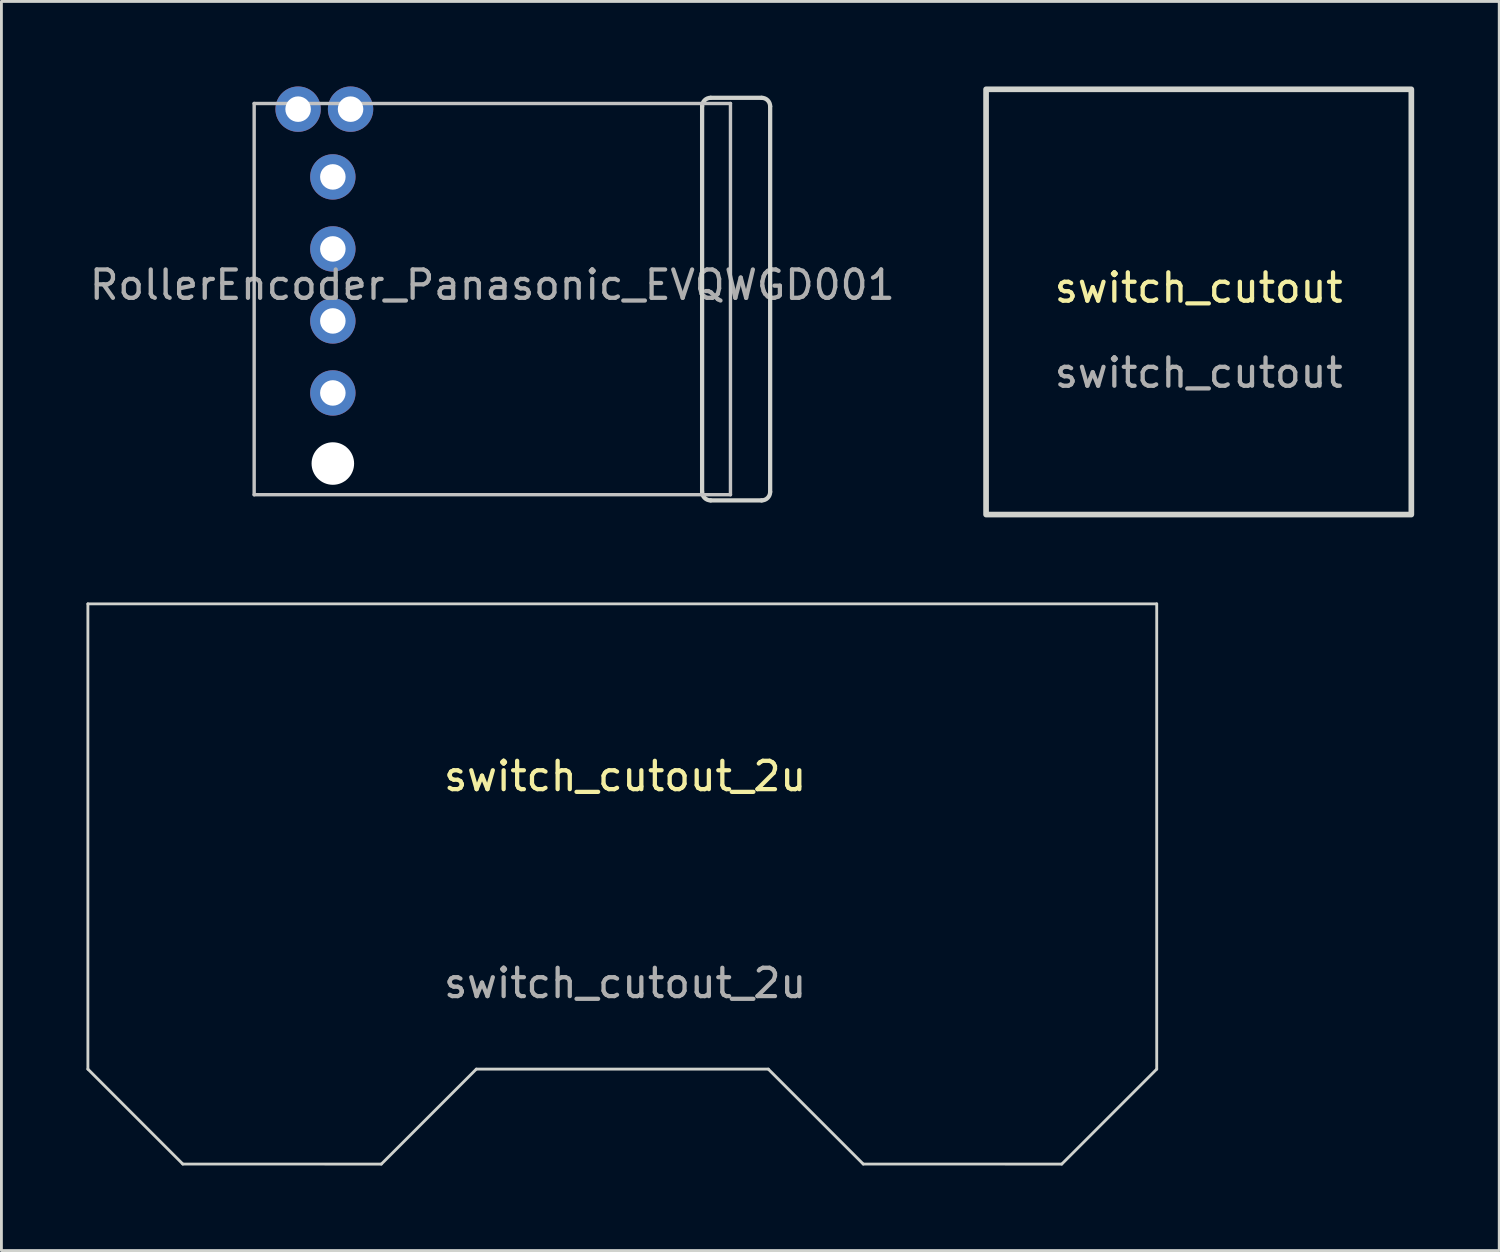
<source format=kicad_pcb>
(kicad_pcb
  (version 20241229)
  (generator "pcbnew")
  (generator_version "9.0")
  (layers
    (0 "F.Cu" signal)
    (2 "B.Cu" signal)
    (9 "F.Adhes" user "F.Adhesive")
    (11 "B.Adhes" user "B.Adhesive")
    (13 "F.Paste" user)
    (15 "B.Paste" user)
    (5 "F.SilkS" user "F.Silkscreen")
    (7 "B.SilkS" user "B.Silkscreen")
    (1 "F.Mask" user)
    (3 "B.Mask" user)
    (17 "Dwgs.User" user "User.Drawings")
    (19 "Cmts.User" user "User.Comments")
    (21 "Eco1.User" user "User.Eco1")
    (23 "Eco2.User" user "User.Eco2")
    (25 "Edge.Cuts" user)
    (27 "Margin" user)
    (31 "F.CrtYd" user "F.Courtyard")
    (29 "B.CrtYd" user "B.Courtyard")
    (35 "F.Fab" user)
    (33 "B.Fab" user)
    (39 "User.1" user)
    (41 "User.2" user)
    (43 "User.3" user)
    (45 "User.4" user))
  (footprint "switch_cutout_2u"
    (layer "F.Cu")
    (at 19 27.16)
    (property "Reference" "switch_cutout_2u" (at 0 -2.83 0) (unlocked yes) (layer "F.SilkS") (effects (font (size 1 1) (thickness 0.15))))
    (fp_line (start -18.95 -8.91) (end 18.75 -8.91) (stroke (width 0.1) (type default)) (layer "Edge.Cuts"))
    (fp_line (start -18.95 7.5) (end -18.95 -8.91) (stroke (width 0.1) (type default)) (layer "Edge.Cuts"))
    (fp_line (start -15.601 10.849) (end -18.95 7.5) (stroke (width 0.1) (type default)) (layer "Edge.Cuts"))
    (fp_line (start -8.6 10.85) (end -15.601 10.849) (stroke (width 0.1) (type default)) (layer "Edge.Cuts"))
    (fp_line (start -5.25 7.5) (end -8.6 10.85) (stroke (width 0.1) (type default)) (layer "Edge.Cuts"))
    (fp_line (start 5.05 7.5) (end -5.25 7.5) (stroke (width 0.1) (type default)) (layer "Edge.Cuts"))
    (fp_line (start 8.399 10.849) (end 5.05 7.5) (stroke (width 0.1) (type default)) (layer "Edge.Cuts"))
    (fp_line (start 15.4 10.85) (end 8.399 10.849) (stroke (width 0.1) (type default)) (layer "Edge.Cuts"))
    (fp_line (start 18.75 -8.91) (end 18.75 7.5) (stroke (width 0.1) (type default)) (layer "Edge.Cuts"))
    (fp_line (start 18.75 7.5) (end 15.4 10.85) (stroke (width 0.1) (type default)) (layer "Edge.Cuts"))
    (fp_text user "${REFERENCE}" (at 0 4.47 0) (unlocked yes) (layer "F.Fab") (effects (font (size 1 1) (thickness 0.15)))))
  (footprint "RollerEncoder_Panasonic_EVQWGD001"
    (layer "F.Cu")
    (at 14.315 7)
    (property "Reference" "RollerEncoder_Panasonic_EVQWGD001" (at 0 0 0) (layer "F.Fab") (effects (font (size 1 1) (thickness 0.15))))
    (attr through_hole)
    (fp_line (start -8.4 -6.4) (end 8.4 -6.4) (stroke (width 0.12) (type solid)) (layer "Dwgs.User"))
    (fp_line (start -8.4 7.4) (end -8.4 -6.4) (stroke (width 0.12) (type solid)) (layer "Dwgs.User"))
    (fp_line (start 8.4 -6.4) (end 8.4 7.4) (stroke (width 0.12) (type solid)) (layer "Dwgs.User"))
    (fp_line (start 8.4 7.4) (end -8.4 7.4) (stroke (width 0.12) (type solid)) (layer "Dwgs.User"))
    (fp_line (start 7.4 -6.3) (end 7.4 7.3) (stroke (width 0.15) (type solid)) (layer "Edge.Cuts"))
    (fp_line (start 7.7 7.6) (end 9.5 7.6) (stroke (width 0.15) (type solid)) (layer "Edge.Cuts"))
    (fp_line (start 9.5 -6.6) (end 7.7 -6.6) (stroke (width 0.15) (type solid)) (layer "Edge.Cuts"))
    (fp_line (start 9.8 7.3) (end 9.8 -6.3) (stroke (width 0.15) (type solid)) (layer "Edge.Cuts"))
    (fp_arc (start 7.4 -6.3) (mid 7.487868 -6.512132) (end 7.7 -6.6) (stroke (width 0.15) (type solid)) (layer "Edge.Cuts"))
    (fp_arc (start 7.7 7.6) (mid 7.487868 7.512132) (end 7.4 7.3) (stroke (width 0.15) (type solid)) (layer "Edge.Cuts"))
    (fp_arc (start 9.5 -6.6) (mid 9.712132 -6.512132) (end 9.8 -6.3) (stroke (width 0.15) (type solid)) (layer "Edge.Cuts"))
    (fp_arc (start 9.8 7.3) (mid 9.712132 7.512132) (end 9.5 7.6) (stroke (width 0.15) (type solid)) (layer "Edge.Cuts"))
    (pad "" np_thru_hole circle (at -5.625 6.3) (size 1.5 1.5) (drill 1.5) (layers "*.Cu" "*.Mask"))
    (pad "A" thru_hole circle (at -5.625 -3.81) (size 1.6 1.6) (drill 0.9) (layers "*.Cu" "*.Mask"))
    (pad "B" thru_hole circle (at -5.625 -1.27) (size 1.6 1.6) (drill 0.9) (layers "*.Cu" "*.Mask"))
    (pad "C" thru_hole circle (at -5.625 1.27) (size 1.6 1.6) (drill 0.9) (layers "*.Cu" "*.Mask"))
    (pad "D" thru_hole circle (at -5.625 3.81) (size 1.6 1.6) (drill 0.9) (layers "*.Cu" "*.Mask"))
    (pad "S1" thru_hole circle (at -6.85 -6.2) (size 1.6 1.6) (drill 0.9) (layers "*.Cu" "*.Mask"))
    (pad "S2" thru_hole circle (at -5 -6.2) (size 1.6 1.6) (drill 0.9) (layers "*.Cu" "*.Mask")))
  (footprint "switch_cutout"
    (layer "F.Cu")
    (at 39.231 7.6)
    (property "Reference" "switch_cutout" (at 0 -0.5 0) (unlocked yes) (layer "F.SilkS") (effects (font (size 1 1) (thickness 0.15))))
    (fp_rect (start -7.5 -7.5) (end 7.5 7.5) (stroke (width 0.2) (type default)) (fill no) (layer "Edge.Cuts"))
    (fp_text user "${REFERENCE}" (at 0 2.5 0) (unlocked yes) (layer "F.Fab") (effects (font (size 1 1) (thickness 0.15)))))
  (gr_rect
    (start -3 -3)
    (end 49.831 41.06)
    (stroke (width 0.1) (type default))
    (fill no)
    (layer "Edge.Cuts")))
</source>
